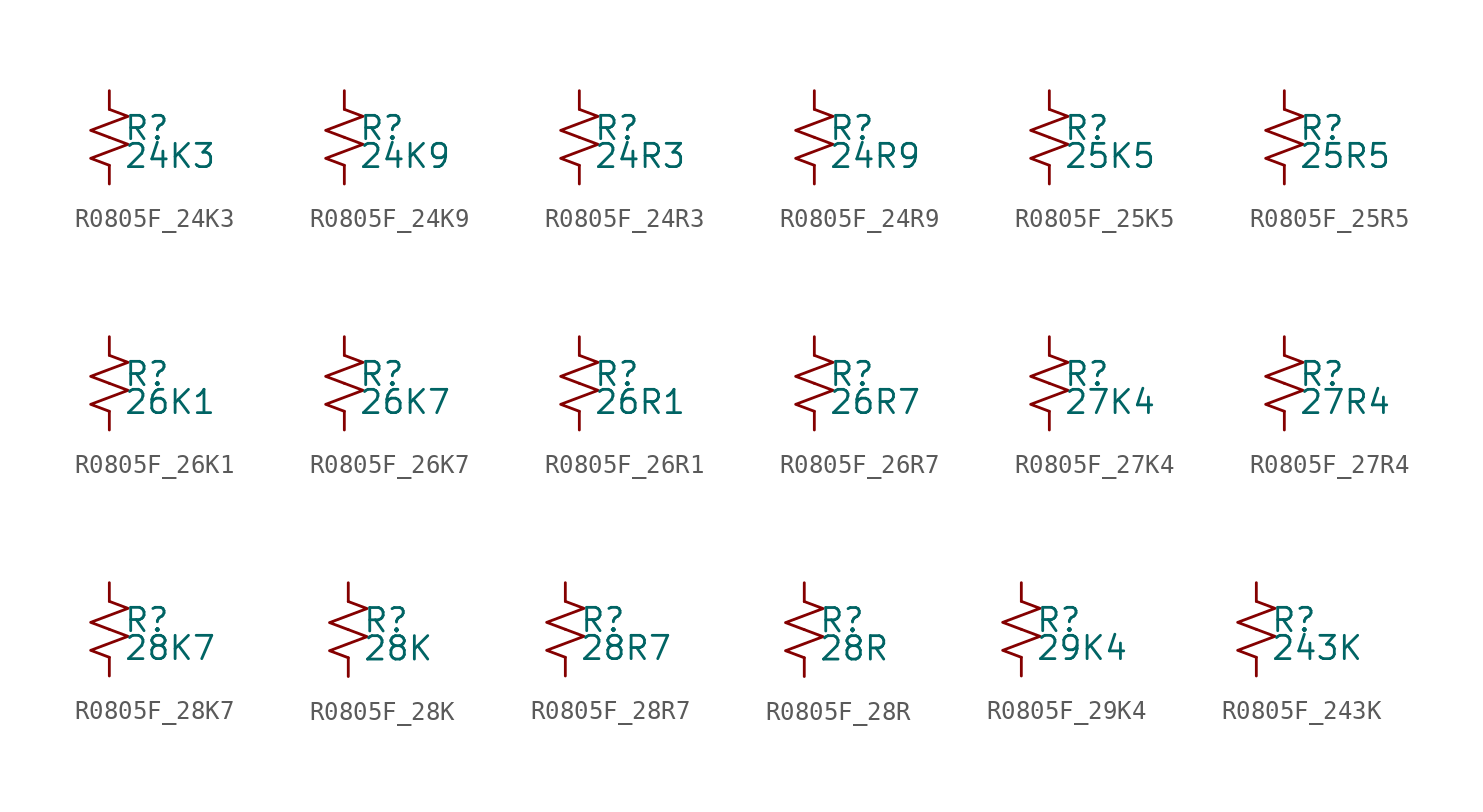
<source format=kicad_sym>
(kicad_symbol_lib
  (version 20220914)
  (generator kicad_symbol_editor)
  (symbol "R0805F_24K3"
    (pin_numbers hide)
    (pin_names
      (offset 0.254) hide)
    (property "Reference" "R"
      (at 0.762 0.508 0)
      (effects (font (size 1.27 1.27)) (justify left)))
    (property "Value" "24K3"
      (at 0.762 -1.016 0)
      (effects (font (size 1.27 1.27)) (justify left)))
    (symbol "R0805F_24K3_1_1"
      (polyline (pts (xy 0 0) (xy 1.016 -0.381) (xy 0 -0.762) (xy -1.016 -1.143) (xy 0 -1.524)) (stroke (width 0) (type default)) (fill (type none)))
      (polyline (pts (xy 0 1.524) (xy 1.016 1.143) (xy 0 0.762) (xy -1.016 0.381) (xy 0 0)) (stroke (width 0) (type default)) (fill (type none)))
      (pin passive line (at 0 2.54 270) (length 1.016) (name "~" (effects (font (size 1.27 1.27)))) (number "1" (effects (font (size 1.27 1.27)))))
      (pin passive line (at 0 -2.54 90) (length 1.016) (name "~" (effects (font (size 1.27 1.27)))) (number "2" (effects (font (size 1.27 1.27)))))))
  (symbol "R0805F_24K9"
    (pin_numbers hide)
    (pin_names
      (offset 0.254) hide)
    (property "Reference" "R"
      (at 0.762 0.508 0)
      (effects (font (size 1.27 1.27)) (justify left)))
    (property "Value" "24K9"
      (at 0.762 -1.016 0)
      (effects (font (size 1.27 1.27)) (justify left)))
    (symbol "R0805F_24K9_1_1"
      (polyline (pts (xy 0 0) (xy 1.016 -0.381) (xy 0 -0.762) (xy -1.016 -1.143) (xy 0 -1.524)) (stroke (width 0) (type default)) (fill (type none)))
      (polyline (pts (xy 0 1.524) (xy 1.016 1.143) (xy 0 0.762) (xy -1.016 0.381) (xy 0 0)) (stroke (width 0) (type default)) (fill (type none)))
      (pin passive line (at 0 2.54 270) (length 1.016) (name "~" (effects (font (size 1.27 1.27)))) (number "1" (effects (font (size 1.27 1.27)))))
      (pin passive line (at 0 -2.54 90) (length 1.016) (name "~" (effects (font (size 1.27 1.27)))) (number "2" (effects (font (size 1.27 1.27)))))))
  (symbol "R0805F_24R3"
    (pin_numbers hide)
    (pin_names
      (offset 0.254) hide)
    (property "Reference" "R"
      (at 0.762 0.508 0)
      (effects (font (size 1.27 1.27)) (justify left)))
    (property "Value" "24R3"
      (at 0.762 -1.016 0)
      (effects (font (size 1.27 1.27)) (justify left)))
    (symbol "R0805F_24R3_1_1"
      (polyline (pts (xy 0 0) (xy 1.016 -0.381) (xy 0 -0.762) (xy -1.016 -1.143) (xy 0 -1.524)) (stroke (width 0) (type default)) (fill (type none)))
      (polyline (pts (xy 0 1.524) (xy 1.016 1.143) (xy 0 0.762) (xy -1.016 0.381) (xy 0 0)) (stroke (width 0) (type default)) (fill (type none)))
      (pin passive line (at 0 2.54 270) (length 1.016) (name "~" (effects (font (size 1.27 1.27)))) (number "1" (effects (font (size 1.27 1.27)))))
      (pin passive line (at 0 -2.54 90) (length 1.016) (name "~" (effects (font (size 1.27 1.27)))) (number "2" (effects (font (size 1.27 1.27)))))))
  (symbol "R0805F_24R9"
    (pin_numbers hide)
    (pin_names
      (offset 0.254) hide)
    (property "Reference" "R"
      (at 0.762 0.508 0)
      (effects (font (size 1.27 1.27)) (justify left)))
    (property "Value" "24R9"
      (at 0.762 -1.016 0)
      (effects (font (size 1.27 1.27)) (justify left)))
    (symbol "R0805F_24R9_1_1"
      (polyline (pts (xy 0 0) (xy 1.016 -0.381) (xy 0 -0.762) (xy -1.016 -1.143) (xy 0 -1.524)) (stroke (width 0) (type default)) (fill (type none)))
      (polyline (pts (xy 0 1.524) (xy 1.016 1.143) (xy 0 0.762) (xy -1.016 0.381) (xy 0 0)) (stroke (width 0) (type default)) (fill (type none)))
      (pin passive line (at 0 2.54 270) (length 1.016) (name "~" (effects (font (size 1.27 1.27)))) (number "1" (effects (font (size 1.27 1.27)))))
      (pin passive line (at 0 -2.54 90) (length 1.016) (name "~" (effects (font (size 1.27 1.27)))) (number "2" (effects (font (size 1.27 1.27)))))))
  (symbol "R0805F_25K5"
    (pin_numbers hide)
    (pin_names
      (offset 0.254) hide)
    (property "Reference" "R"
      (at 0.762 0.508 0)
      (effects (font (size 1.27 1.27)) (justify left)))
    (property "Value" "25K5"
      (at 0.762 -1.016 0)
      (effects (font (size 1.27 1.27)) (justify left)))
    (symbol "R0805F_25K5_1_1"
      (polyline (pts (xy 0 0) (xy 1.016 -0.381) (xy 0 -0.762) (xy -1.016 -1.143) (xy 0 -1.524)) (stroke (width 0) (type default)) (fill (type none)))
      (polyline (pts (xy 0 1.524) (xy 1.016 1.143) (xy 0 0.762) (xy -1.016 0.381) (xy 0 0)) (stroke (width 0) (type default)) (fill (type none)))
      (pin passive line (at 0 2.54 270) (length 1.016) (name "~" (effects (font (size 1.27 1.27)))) (number "1" (effects (font (size 1.27 1.27)))))
      (pin passive line (at 0 -2.54 90) (length 1.016) (name "~" (effects (font (size 1.27 1.27)))) (number "2" (effects (font (size 1.27 1.27)))))))
  (symbol "R0805F_25R5"
    (pin_numbers hide)
    (pin_names
      (offset 0.254) hide)
    (property "Reference" "R"
      (at 0.762 0.508 0)
      (effects (font (size 1.27 1.27)) (justify left)))
    (property "Value" "25R5"
      (at 0.762 -1.016 0)
      (effects (font (size 1.27 1.27)) (justify left)))
    (symbol "R0805F_25R5_1_1"
      (polyline (pts (xy 0 0) (xy 1.016 -0.381) (xy 0 -0.762) (xy -1.016 -1.143) (xy 0 -1.524)) (stroke (width 0) (type default)) (fill (type none)))
      (polyline (pts (xy 0 1.524) (xy 1.016 1.143) (xy 0 0.762) (xy -1.016 0.381) (xy 0 0)) (stroke (width 0) (type default)) (fill (type none)))
      (pin passive line (at 0 2.54 270) (length 1.016) (name "~" (effects (font (size 1.27 1.27)))) (number "1" (effects (font (size 1.27 1.27)))))
      (pin passive line (at 0 -2.54 90) (length 1.016) (name "~" (effects (font (size 1.27 1.27)))) (number "2" (effects (font (size 1.27 1.27)))))))
  (symbol "R0805F_26K1"
    (pin_numbers hide)
    (pin_names
      (offset 0.254) hide)
    (property "Reference" "R"
      (at 0.762 0.508 0)
      (effects (font (size 1.27 1.27)) (justify left)))
    (property "Value" "26K1"
      (at 0.762 -1.016 0)
      (effects (font (size 1.27 1.27)) (justify left)))
    (symbol "R0805F_26K1_1_1"
      (polyline (pts (xy 0 0) (xy 1.016 -0.381) (xy 0 -0.762) (xy -1.016 -1.143) (xy 0 -1.524)) (stroke (width 0) (type default)) (fill (type none)))
      (polyline (pts (xy 0 1.524) (xy 1.016 1.143) (xy 0 0.762) (xy -1.016 0.381) (xy 0 0)) (stroke (width 0) (type default)) (fill (type none)))
      (pin passive line (at 0 2.54 270) (length 1.016) (name "~" (effects (font (size 1.27 1.27)))) (number "1" (effects (font (size 1.27 1.27)))))
      (pin passive line (at 0 -2.54 90) (length 1.016) (name "~" (effects (font (size 1.27 1.27)))) (number "2" (effects (font (size 1.27 1.27)))))))
  (symbol "R0805F_26K7"
    (pin_numbers hide)
    (pin_names
      (offset 0.254) hide)
    (property "Reference" "R"
      (at 0.762 0.508 0)
      (effects (font (size 1.27 1.27)) (justify left)))
    (property "Value" "26K7"
      (at 0.762 -1.016 0)
      (effects (font (size 1.27 1.27)) (justify left)))
    (symbol "R0805F_26K7_1_1"
      (polyline (pts (xy 0 0) (xy 1.016 -0.381) (xy 0 -0.762) (xy -1.016 -1.143) (xy 0 -1.524)) (stroke (width 0) (type default)) (fill (type none)))
      (polyline (pts (xy 0 1.524) (xy 1.016 1.143) (xy 0 0.762) (xy -1.016 0.381) (xy 0 0)) (stroke (width 0) (type default)) (fill (type none)))
      (pin passive line (at 0 2.54 270) (length 1.016) (name "~" (effects (font (size 1.27 1.27)))) (number "1" (effects (font (size 1.27 1.27)))))
      (pin passive line (at 0 -2.54 90) (length 1.016) (name "~" (effects (font (size 1.27 1.27)))) (number "2" (effects (font (size 1.27 1.27)))))))
  (symbol "R0805F_26R1"
    (pin_numbers hide)
    (pin_names
      (offset 0.254) hide)
    (property "Reference" "R"
      (at 0.762 0.508 0)
      (effects (font (size 1.27 1.27)) (justify left)))
    (property "Value" "26R1"
      (at 0.762 -1.016 0)
      (effects (font (size 1.27 1.27)) (justify left)))
    (symbol "R0805F_26R1_1_1"
      (polyline (pts (xy 0 0) (xy 1.016 -0.381) (xy 0 -0.762) (xy -1.016 -1.143) (xy 0 -1.524)) (stroke (width 0) (type default)) (fill (type none)))
      (polyline (pts (xy 0 1.524) (xy 1.016 1.143) (xy 0 0.762) (xy -1.016 0.381) (xy 0 0)) (stroke (width 0) (type default)) (fill (type none)))
      (pin passive line (at 0 2.54 270) (length 1.016) (name "~" (effects (font (size 1.27 1.27)))) (number "1" (effects (font (size 1.27 1.27)))))
      (pin passive line (at 0 -2.54 90) (length 1.016) (name "~" (effects (font (size 1.27 1.27)))) (number "2" (effects (font (size 1.27 1.27)))))))
  (symbol "R0805F_26R7"
    (pin_numbers hide)
    (pin_names
      (offset 0.254) hide)
    (property "Reference" "R"
      (at 0.762 0.508 0)
      (effects (font (size 1.27 1.27)) (justify left)))
    (property "Value" "26R7"
      (at 0.762 -1.016 0)
      (effects (font (size 1.27 1.27)) (justify left)))
    (symbol "R0805F_26R7_1_1"
      (polyline (pts (xy 0 0) (xy 1.016 -0.381) (xy 0 -0.762) (xy -1.016 -1.143) (xy 0 -1.524)) (stroke (width 0) (type default)) (fill (type none)))
      (polyline (pts (xy 0 1.524) (xy 1.016 1.143) (xy 0 0.762) (xy -1.016 0.381) (xy 0 0)) (stroke (width 0) (type default)) (fill (type none)))
      (pin passive line (at 0 2.54 270) (length 1.016) (name "~" (effects (font (size 1.27 1.27)))) (number "1" (effects (font (size 1.27 1.27)))))
      (pin passive line (at 0 -2.54 90) (length 1.016) (name "~" (effects (font (size 1.27 1.27)))) (number "2" (effects (font (size 1.27 1.27)))))))
  (symbol "R0805F_27K4"
    (pin_numbers hide)
    (pin_names
      (offset 0.254) hide)
    (property "Reference" "R"
      (at 0.762 0.508 0)
      (effects (font (size 1.27 1.27)) (justify left)))
    (property "Value" "27K4"
      (at 0.762 -1.016 0)
      (effects (font (size 1.27 1.27)) (justify left)))
    (symbol "R0805F_27K4_1_1"
      (polyline (pts (xy 0 0) (xy 1.016 -0.381) (xy 0 -0.762) (xy -1.016 -1.143) (xy 0 -1.524)) (stroke (width 0) (type default)) (fill (type none)))
      (polyline (pts (xy 0 1.524) (xy 1.016 1.143) (xy 0 0.762) (xy -1.016 0.381) (xy 0 0)) (stroke (width 0) (type default)) (fill (type none)))
      (pin passive line (at 0 2.54 270) (length 1.016) (name "~" (effects (font (size 1.27 1.27)))) (number "1" (effects (font (size 1.27 1.27)))))
      (pin passive line (at 0 -2.54 90) (length 1.016) (name "~" (effects (font (size 1.27 1.27)))) (number "2" (effects (font (size 1.27 1.27)))))))
  (symbol "R0805F_27R4"
    (pin_numbers hide)
    (pin_names
      (offset 0.254) hide)
    (property "Reference" "R"
      (at 0.762 0.508 0)
      (effects (font (size 1.27 1.27)) (justify left)))
    (property "Value" "27R4"
      (at 0.762 -1.016 0)
      (effects (font (size 1.27 1.27)) (justify left)))
    (symbol "R0805F_27R4_1_1"
      (polyline (pts (xy 0 0) (xy 1.016 -0.381) (xy 0 -0.762) (xy -1.016 -1.143) (xy 0 -1.524)) (stroke (width 0) (type default)) (fill (type none)))
      (polyline (pts (xy 0 1.524) (xy 1.016 1.143) (xy 0 0.762) (xy -1.016 0.381) (xy 0 0)) (stroke (width 0) (type default)) (fill (type none)))
      (pin passive line (at 0 2.54 270) (length 1.016) (name "~" (effects (font (size 1.27 1.27)))) (number "1" (effects (font (size 1.27 1.27)))))
      (pin passive line (at 0 -2.54 90) (length 1.016) (name "~" (effects (font (size 1.27 1.27)))) (number "2" (effects (font (size 1.27 1.27)))))))
  (symbol "R0805F_28K7"
    (pin_numbers hide)
    (pin_names
      (offset 0.254) hide)
    (property "Reference" "R"
      (at 0.762 0.508 0)
      (effects (font (size 1.27 1.27)) (justify left)))
    (property "Value" "28K7"
      (at 0.762 -1.016 0)
      (effects (font (size 1.27 1.27)) (justify left)))
    (symbol "R0805F_28K7_1_1"
      (polyline (pts (xy 0 0) (xy 1.016 -0.381) (xy 0 -0.762) (xy -1.016 -1.143) (xy 0 -1.524)) (stroke (width 0) (type default)) (fill (type none)))
      (polyline (pts (xy 0 1.524) (xy 1.016 1.143) (xy 0 0.762) (xy -1.016 0.381) (xy 0 0)) (stroke (width 0) (type default)) (fill (type none)))
      (pin passive line (at 0 2.54 270) (length 1.016) (name "~" (effects (font (size 1.27 1.27)))) (number "1" (effects (font (size 1.27 1.27)))))
      (pin passive line (at 0 -2.54 90) (length 1.016) (name "~" (effects (font (size 1.27 1.27)))) (number "2" (effects (font (size 1.27 1.27)))))))
  (symbol "R0805F_28K"
    (pin_numbers hide)
    (pin_names
      (offset 0.254) hide)
    (property "Reference" "R"
      (at 0.762 0.508 0)
      (effects (font (size 1.27 1.27)) (justify left)))
    (property "Value" "28K"
      (at 0.762 -1.016 0)
      (effects (font (size 1.27 1.27)) (justify left)))
    (symbol "R0805F_28K_1_1"
      (polyline (pts (xy 0 0) (xy 1.016 -0.381) (xy 0 -0.762) (xy -1.016 -1.143) (xy 0 -1.524)) (stroke (width 0) (type default)) (fill (type none)))
      (polyline (pts (xy 0 1.524) (xy 1.016 1.143) (xy 0 0.762) (xy -1.016 0.381) (xy 0 0)) (stroke (width 0) (type default)) (fill (type none)))
      (pin passive line (at 0 2.54 270) (length 1.016) (name "~" (effects (font (size 1.27 1.27)))) (number "1" (effects (font (size 1.27 1.27)))))
      (pin passive line (at 0 -2.54 90) (length 1.016) (name "~" (effects (font (size 1.27 1.27)))) (number "2" (effects (font (size 1.27 1.27)))))))
  (symbol "R0805F_28R7"
    (pin_numbers hide)
    (pin_names
      (offset 0.254) hide)
    (property "Reference" "R"
      (at 0.762 0.508 0)
      (effects (font (size 1.27 1.27)) (justify left)))
    (property "Value" "28R7"
      (at 0.762 -1.016 0)
      (effects (font (size 1.27 1.27)) (justify left)))
    (symbol "R0805F_28R7_1_1"
      (polyline (pts (xy 0 0) (xy 1.016 -0.381) (xy 0 -0.762) (xy -1.016 -1.143) (xy 0 -1.524)) (stroke (width 0) (type default)) (fill (type none)))
      (polyline (pts (xy 0 1.524) (xy 1.016 1.143) (xy 0 0.762) (xy -1.016 0.381) (xy 0 0)) (stroke (width 0) (type default)) (fill (type none)))
      (pin passive line (at 0 2.54 270) (length 1.016) (name "~" (effects (font (size 1.27 1.27)))) (number "1" (effects (font (size 1.27 1.27)))))
      (pin passive line (at 0 -2.54 90) (length 1.016) (name "~" (effects (font (size 1.27 1.27)))) (number "2" (effects (font (size 1.27 1.27)))))))
  (symbol "R0805F_28R"
    (pin_numbers hide)
    (pin_names
      (offset 0.254) hide)
    (property "Reference" "R"
      (at 0.762 0.508 0)
      (effects (font (size 1.27 1.27)) (justify left)))
    (property "Value" "28R"
      (at 0.762 -1.016 0)
      (effects (font (size 1.27 1.27)) (justify left)))
    (symbol "R0805F_28R_1_1"
      (polyline (pts (xy 0 0) (xy 1.016 -0.381) (xy 0 -0.762) (xy -1.016 -1.143) (xy 0 -1.524)) (stroke (width 0) (type default)) (fill (type none)))
      (polyline (pts (xy 0 1.524) (xy 1.016 1.143) (xy 0 0.762) (xy -1.016 0.381) (xy 0 0)) (stroke (width 0) (type default)) (fill (type none)))
      (pin passive line (at 0 2.54 270) (length 1.016) (name "~" (effects (font (size 1.27 1.27)))) (number "1" (effects (font (size 1.27 1.27)))))
      (pin passive line (at 0 -2.54 90) (length 1.016) (name "~" (effects (font (size 1.27 1.27)))) (number "2" (effects (font (size 1.27 1.27)))))))
  (symbol "R0805F_29K4"
    (pin_numbers hide)
    (pin_names
      (offset 0.254) hide)
    (property "Reference" "R"
      (at 0.762 0.508 0)
      (effects (font (size 1.27 1.27)) (justify left)))
    (property "Value" "29K4"
      (at 0.762 -1.016 0)
      (effects (font (size 1.27 1.27)) (justify left)))
    (symbol "R0805F_29K4_1_1"
      (polyline (pts (xy 0 0) (xy 1.016 -0.381) (xy 0 -0.762) (xy -1.016 -1.143) (xy 0 -1.524)) (stroke (width 0) (type default)) (fill (type none)))
      (polyline (pts (xy 0 1.524) (xy 1.016 1.143) (xy 0 0.762) (xy -1.016 0.381) (xy 0 0)) (stroke (width 0) (type default)) (fill (type none)))
      (pin passive line (at 0 2.54 270) (length 1.016) (name "~" (effects (font (size 1.27 1.27)))) (number "1" (effects (font (size 1.27 1.27)))))
      (pin passive line (at 0 -2.54 90) (length 1.016) (name "~" (effects (font (size 1.27 1.27)))) (number "2" (effects (font (size 1.27 1.27)))))))
  (symbol "R0805F_243K"
    (pin_numbers hide)
    (pin_names
      (offset 0.254) hide)
    (property "Reference" "R"
      (at 0.762 0.508 0)
      (effects (font (size 1.27 1.27)) (justify left)))
    (property "Value" "243K"
      (at 0.762 -1.016 0)
      (effects (font (size 1.27 1.27)) (justify left)))
    (symbol "R0805F_243K_1_1"
      (polyline (pts (xy 0 0) (xy 1.016 -0.381) (xy 0 -0.762) (xy -1.016 -1.143) (xy 0 -1.524)) (stroke (width 0) (type default)) (fill (type none)))
      (polyline (pts (xy 0 1.524) (xy 1.016 1.143) (xy 0 0.762) (xy -1.016 0.381) (xy 0 0)) (stroke (width 0) (type default)) (fill (type none)))
      (pin passive line (at 0 2.54 270) (length 1.016) (name "~" (effects (font (size 1.27 1.27)))) (number "1" (effects (font (size 1.27 1.27)))))
      (pin passive line (at 0 -2.54 90) (length 1.016) (name "~" (effects (font (size 1.27 1.27)))) (number "2" (effects (font (size 1.27 1.27))))))))
</source>
